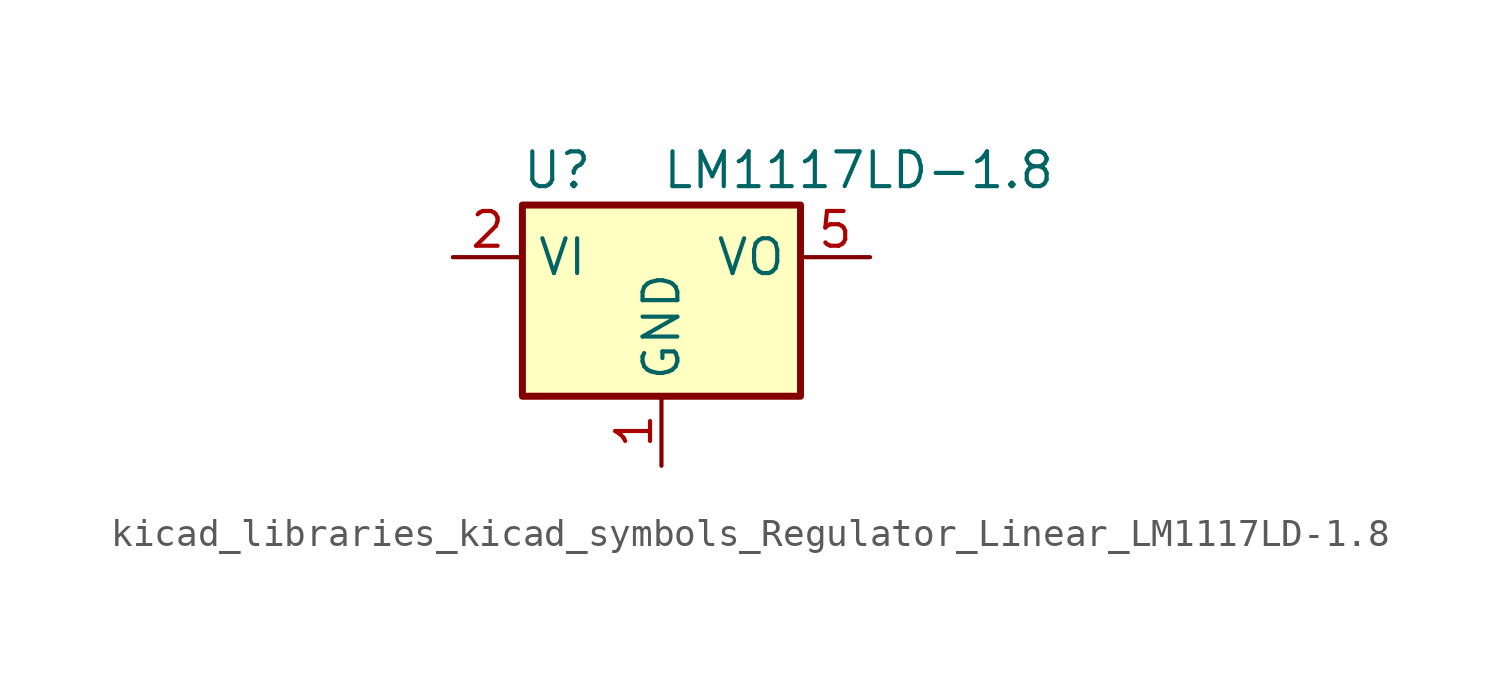
<source format=kicad_sym>
(kicad_symbol_lib
  (version 20220914)
  (generator kicad_symbol_editor)
  (symbol "kicad_libraries_kicad_symbols_Regulator_Linear_LM1117LD-1.8"
    (property "Reference" "U"
      (at -3.81 3.175 0)
      (effects (font (size 1.27 1.27))))
    (property "Value" "LM1117LD-1.8"
      (at 0 3.175 0)
      (effects (font (size 1.27 1.27)) (justify left)))
    (symbol "kicad_libraries_kicad_symbols_Regulator_Linear_LM1117LD-1.8_0_1"
      (rectangle (start -5.08 -5.08) (end 5.08 1.905) (stroke (width 0.254) (type default)) (fill (type background))))
    (symbol "kicad_libraries_kicad_symbols_Regulator_Linear_LM1117LD-1.8_1_1"
      (pin power_in line (at 0 -7.62 90) (length 2.54) (name "GND" (effects (font (size 1.27 1.27)))) (number "1" (effects (font (size 1.27 1.27)))))
      (pin power_in line (at -7.62 0 0) (length 2.54) (name "VI" (effects (font (size 1.27 1.27)))) (number "2" (effects (font (size 1.27 1.27)))))
      (pin passive line (at -7.62 0 0) (length 2.54) hide (name "VI" (effects (font (size 1.27 1.27)))) (number "3" (effects (font (size 1.27 1.27)))))
      (pin passive line (at -7.62 0 0) (length 2.54) hide (name "VI" (effects (font (size 1.27 1.27)))) (number "4" (effects (font (size 1.27 1.27)))))
      (pin power_out line (at 7.62 0 180) (length 2.54) (name "VO" (effects (font (size 1.27 1.27)))) (number "5" (effects (font (size 1.27 1.27)))))
      (pin passive line (at 7.62 0 180) (length 2.54) hide (name "VO" (effects (font (size 1.27 1.27)))) (number "6" (effects (font (size 1.27 1.27)))))
      (pin passive line (at 7.62 0 180) (length 2.54) hide (name "VO" (effects (font (size 1.27 1.27)))) (number "7" (effects (font (size 1.27 1.27)))))
      (pin no_connect line (at 5.08 -2.54 180) (length 2.54) hide (name "NC" (effects (font (size 1.27 1.27)))) (number "8" (effects (font (size 1.27 1.27)))))
      (pin passive line (at 7.62 0 180) (length 2.54) hide (name "VO" (effects (font (size 1.27 1.27)))) (number "9" (effects (font (size 1.27 1.27))))))))
</source>
